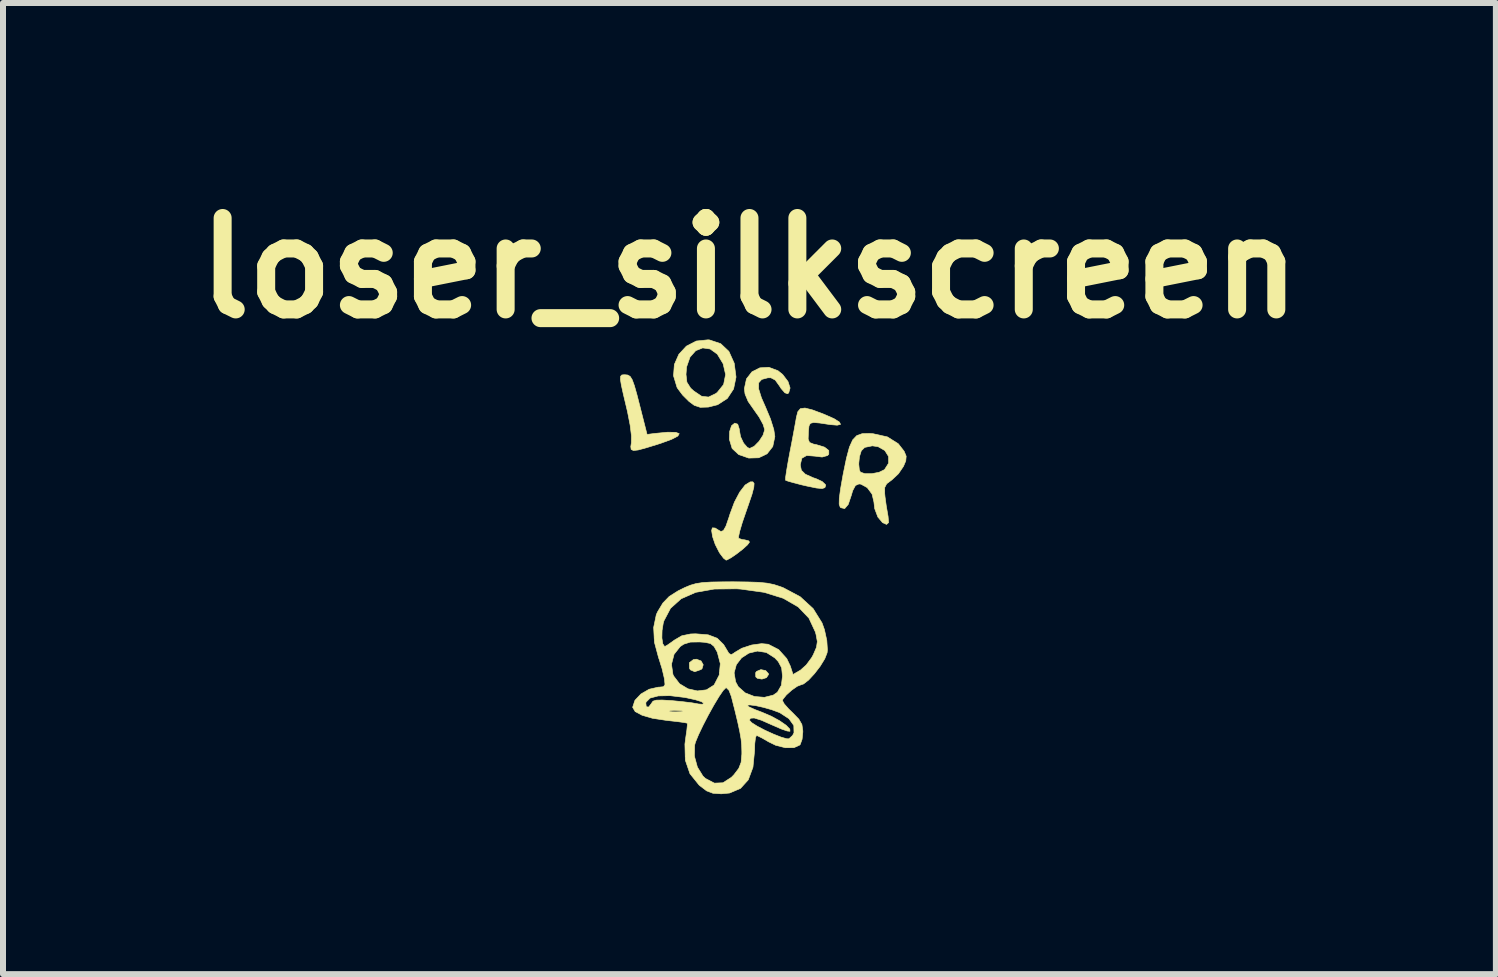
<source format=kicad_pcb>
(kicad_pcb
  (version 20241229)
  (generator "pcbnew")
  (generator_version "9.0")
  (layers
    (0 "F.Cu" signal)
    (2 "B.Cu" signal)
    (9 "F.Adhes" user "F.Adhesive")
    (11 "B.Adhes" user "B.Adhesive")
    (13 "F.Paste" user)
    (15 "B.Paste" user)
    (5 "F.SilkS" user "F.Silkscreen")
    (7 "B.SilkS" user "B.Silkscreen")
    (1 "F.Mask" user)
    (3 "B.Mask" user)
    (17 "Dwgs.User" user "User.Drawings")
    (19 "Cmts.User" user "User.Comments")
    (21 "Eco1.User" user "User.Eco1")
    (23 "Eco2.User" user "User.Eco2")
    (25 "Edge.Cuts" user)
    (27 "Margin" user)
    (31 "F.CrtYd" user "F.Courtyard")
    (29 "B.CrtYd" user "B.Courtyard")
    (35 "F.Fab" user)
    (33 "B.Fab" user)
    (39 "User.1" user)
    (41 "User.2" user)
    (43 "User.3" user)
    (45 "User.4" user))
  (footprint "loser_silkscreen"
    (layer "F.Cu")
    (at 9.569 6.244)
    (property "Reference" "loser_silkscreen" (at -0.127 -4.826 0) (layer "F.SilkS") (effects (font (size 1.524 1.524) (thickness 0.3))))
    (attr through_hole)
    (fp_poly (pts (xy -0.934 1.722) (xy -0.898 1.786) (xy -0.918 1.852) (xy -0.936 1.866) (xy -1.039 1.902) (xy -1.112 1.871) (xy -1.127 1.844) (xy -1.129 1.752) (xy -1.062 1.7) (xy -1.012 1.693) (xy -0.934 1.722)) (stroke (width 0.01) (type solid)) (fill yes) (layer "F.SilkS"))
    (fp_poly (pts (xy 0.143 1.883) (xy 0.189 1.934) (xy 0.191 1.948) (xy 0.156 2.001) (xy 0.081 2.025) (xy 0.005 2.012) (xy -0.022 1.988) (xy -0.024 1.919) (xy -0.009 1.897) (xy 0.063 1.867) (xy 0.143 1.883)) (stroke (width 0.01) (type solid)) (fill yes) (layer "F.SilkS"))
    (fp_poly (pts (xy -2.155 -3.043) (xy -2.116 -3.02) (xy -2.082 -2.966) (xy -2.046 -2.868) (xy -2.002 -2.713) (xy -1.948 -2.502) (xy -1.834 -2.053) (xy -1.711 -2.069) (xy -1.494 -2.09) (xy -1.356 -2.088) (xy -1.298 -2.066) (xy -1.321 -2.026) (xy -1.426 -1.971) (xy -1.615 -1.902) (xy -1.641 -1.894) (xy -1.845 -1.831) (xy -1.981 -1.794) (xy -2.061 -1.785) (xy -2.099 -1.803) (xy -2.105 -1.85) (xy -2.095 -1.916) (xy -2.094 -2.029) (xy -2.116 -2.207) (xy -2.16 -2.432) (xy -2.178 -2.508) (xy -2.23 -2.727) (xy -2.263 -2.877) (xy -2.278 -2.971) (xy -2.275 -3.022) (xy -2.255 -3.044) (xy -2.219 -3.048) (xy -2.204 -3.048) (xy -2.155 -3.043)) (stroke (width 0.01) (type solid)) (fill yes) (layer "F.SilkS"))
    (fp_poly (pts (xy -0.05 -1.236) (xy -0.055 -1.171) (xy -0.085 -1.056) (xy -0.145 -0.88) (xy -0.188 -0.756) (xy -0.247 -0.584) (xy -0.289 -0.442) (xy -0.309 -0.349) (xy -0.308 -0.322) (xy -0.248 -0.3) (xy -0.205 -0.296) (xy -0.14 -0.279) (xy -0.127 -0.258) (xy -0.159 -0.214) (xy -0.237 -0.143) (xy -0.337 -0.065) (xy -0.434 0.002) (xy -0.505 0.04) (xy -0.517 0.042) (xy -0.559 0.01) (xy -0.62 -0.071) (xy -0.634 -0.094) (xy -0.698 -0.22) (xy -0.742 -0.349) (xy -0.758 -0.451) (xy -0.746 -0.496) (xy -0.699 -0.493) (xy -0.655 -0.465) (xy -0.603 -0.435) (xy -0.561 -0.451) (xy -0.519 -0.525) (xy -0.47 -0.667) (xy -0.452 -0.725) (xy -0.378 -0.924) (xy -0.29 -1.091) (xy -0.199 -1.21) (xy -0.115 -1.262) (xy -0.071 -1.263) (xy -0.05 -1.236)) (stroke (width 0.01) (type solid)) (fill yes) (layer "F.SilkS"))
    (fp_poly (pts (xy -0.793 -3.628) (xy -0.607 -3.566) (xy -0.47 -3.437) (xy -0.381 -3.239) (xy -0.381 -3.237) (xy -0.351 -3.009) (xy -0.392 -2.811) (xy -0.496 -2.653) (xy -0.658 -2.548) (xy -0.814 -2.509) (xy -0.948 -2.505) (xy -1.047 -2.538) (xy -1.136 -2.604) (xy -1.241 -2.709) (xy -1.324 -2.82) (xy -1.335 -2.839) (xy -1.393 -3.031) (xy -1.391 -3.054) (xy -1.185 -3.054) (xy -1.17 -2.923) (xy -1.108 -2.825) (xy -1.055 -2.777) (xy -0.924 -2.689) (xy -0.809 -2.676) (xy -0.689 -2.734) (xy -0.665 -2.752) (xy -0.558 -2.885) (xy -0.525 -3.052) (xy -0.566 -3.231) (xy -0.663 -3.391) (xy -0.782 -3.477) (xy -0.907 -3.495) (xy -1.023 -3.449) (xy -1.118 -3.342) (xy -1.175 -3.179) (xy -1.185 -3.054) (xy -1.391 -3.054) (xy -1.379 -3.219) (xy -1.304 -3.389) (xy -1.178 -3.525) (xy -1.013 -3.61) (xy -0.818 -3.63) (xy -0.793 -3.628)) (stroke (width 0.01) (type solid)) (fill yes) (layer "F.SilkS"))
    (fp_poly (pts (xy 0.348 -3.115) (xy 0.427 -3.051) (xy 0.515 -2.935) (xy 0.55 -2.827) (xy 0.527 -2.746) (xy 0.508 -2.731) (xy 0.463 -2.747) (xy 0.4 -2.819) (xy 0.376 -2.857) (xy 0.303 -2.959) (xy 0.231 -2.997) (xy 0.179 -2.997) (xy 0.077 -2.97) (xy 0.026 -2.913) (xy 0.025 -2.814) (xy 0.072 -2.664) (xy 0.14 -2.51) (xy 0.223 -2.311) (xy 0.278 -2.136) (xy 0.296 -2.018) (xy 0.261 -1.851) (xy 0.166 -1.73) (xy 0.028 -1.664) (xy -0.139 -1.659) (xy -0.306 -1.717) (xy -0.416 -1.819) (xy -0.462 -1.972) (xy -0.458 -2.101) (xy -0.426 -2.198) (xy -0.373 -2.241) (xy -0.323 -2.224) (xy -0.297 -2.143) (xy -0.296 -2.129) (xy -0.276 -2.016) (xy -0.225 -1.908) (xy -0.161 -1.835) (xy -0.123 -1.82) (xy -0.049 -1.855) (xy 0.033 -1.938) (xy 0.099 -2.04) (xy 0.127 -2.132) (xy 0.127 -2.132) (xy 0.101 -2.219) (xy 0.035 -2.341) (xy -0.042 -2.45) (xy -0.149 -2.603) (xy -0.201 -2.727) (xy -0.212 -2.816) (xy -0.177 -2.979) (xy -0.085 -3.097) (xy 0.046 -3.163) (xy 0.196 -3.172) (xy 0.348 -3.115)) (stroke (width 0.01) (type solid)) (fill yes) (layer "F.SilkS"))
    (fp_poly (pts (xy 0.922 -2.462) (xy 1.106 -2.393) (xy 1.121 -2.387) (xy 1.282 -2.316) (xy 1.372 -2.259) (xy 1.391 -2.221) (xy 1.335 -2.207) (xy 1.217 -2.217) (xy 1.046 -2.243) (xy 0.942 -2.252) (xy 0.888 -2.238) (xy 0.865 -2.195) (xy 0.857 -2.118) (xy 0.855 -2.087) (xy 0.851 -1.975) (xy 0.874 -1.919) (xy 0.941 -1.892) (xy 0.991 -1.882) (xy 1.124 -1.841) (xy 1.195 -1.785) (xy 1.195 -1.724) (xy 1.174 -1.701) (xy 1.084 -1.676) (xy 0.965 -1.691) (xy 0.826 -1.702) (xy 0.746 -1.656) (xy 0.72 -1.549) (xy 0.72 -1.542) (xy 0.738 -1.455) (xy 0.804 -1.39) (xy 0.933 -1.332) (xy 0.984 -1.315) (xy 1.085 -1.268) (xy 1.14 -1.216) (xy 1.143 -1.203) (xy 1.13 -1.166) (xy 1.084 -1.151) (xy 0.989 -1.16) (xy 0.833 -1.192) (xy 0.742 -1.213) (xy 0.607 -1.248) (xy 0.51 -1.276) (xy 0.474 -1.29) (xy 0.475 -1.335) (xy 0.491 -1.445) (xy 0.518 -1.603) (xy 0.544 -1.743) (xy 0.583 -1.944) (xy 0.618 -2.132) (xy 0.645 -2.28) (xy 0.655 -2.339) (xy 0.679 -2.432) (xy 0.722 -2.483) (xy 0.798 -2.493) (xy 0.922 -2.462)) (stroke (width 0.01) (type solid)) (fill yes) (layer "F.SilkS"))
    (fp_poly (pts (xy 1.933 -2.065) (xy 2.172 -2.012) (xy 2.353 -1.898) (xy 2.451 -1.772) (xy 2.485 -1.69) (xy 2.478 -1.612) (xy 2.44 -1.522) (xy 2.356 -1.398) (xy 2.247 -1.296) (xy 2.24 -1.291) (xy 2.16 -1.231) (xy 2.127 -1.168) (xy 2.127 -1.069) (xy 2.132 -1.016) (xy 2.153 -0.862) (xy 2.178 -0.717) (xy 2.183 -0.688) (xy 2.192 -0.584) (xy 2.158 -0.553) (xy 2.091 -0.583) (xy 2.013 -0.676) (xy 1.96 -0.817) (xy 1.947 -0.929) (xy 1.916 -1.059) (xy 1.836 -1.166) (xy 1.731 -1.224) (xy 1.698 -1.228) (xy 1.639 -1.202) (xy 1.593 -1.115) (xy 1.571 -1.04) (xy 1.519 -0.886) (xy 1.46 -0.817) (xy 1.395 -0.832) (xy 1.385 -0.842) (xy 1.368 -0.89) (xy 1.37 -0.989) (xy 1.392 -1.15) (xy 1.433 -1.382) (xy 1.437 -1.403) (xy 1.47 -1.562) (xy 1.694 -1.562) (xy 1.704 -1.462) (xy 1.722 -1.425) (xy 1.796 -1.399) (xy 1.912 -1.399) (xy 2.033 -1.422) (xy 2.121 -1.465) (xy 2.124 -1.467) (xy 2.192 -1.574) (xy 2.191 -1.686) (xy 2.129 -1.785) (xy 2.017 -1.849) (xy 1.921 -1.863) (xy 1.794 -1.837) (xy 1.737 -1.781) (xy 1.706 -1.682) (xy 1.694 -1.562) (xy 1.47 -1.562) (xy 1.49 -1.659) (xy 1.539 -1.842) (xy 1.594 -1.963) (xy 1.662 -2.034) (xy 1.752 -2.066) (xy 1.872 -2.069) (xy 1.933 -2.065)) (stroke (width 0.01) (type solid)) (fill yes) (layer "F.SilkS"))
    (fp_poly (pts (xy -0.154 0.406) (xy 0.029 0.412) (xy 0.167 0.426) (xy 0.28 0.449) (xy 0.388 0.484) (xy 0.438 0.503) (xy 0.718 0.652) (xy 0.934 0.85) (xy 1.082 1.088) (xy 1.122 1.199) (xy 1.162 1.382) (xy 1.172 1.538) (xy 1.167 1.586) (xy 1.128 1.686) (xy 1.052 1.81) (xy 0.956 1.935) (xy 0.858 2.041) (xy 0.774 2.106) (xy 0.74 2.117) (xy 0.67 2.144) (xy 0.577 2.209) (xy 0.488 2.289) (xy 0.431 2.36) (xy 0.423 2.384) (xy 0.452 2.438) (xy 0.527 2.523) (xy 0.593 2.587) (xy 0.696 2.693) (xy 0.747 2.782) (xy 0.762 2.888) (xy 0.762 2.908) (xy 0.75 3.028) (xy 0.719 3.114) (xy 0.711 3.124) (xy 0.614 3.168) (xy 0.472 3.169) (xy 0.312 3.129) (xy 0.191 3.07) (xy 0.084 3.008) (xy 0.007 2.97) (xy -0.011 2.965) (xy -0.027 3.002) (xy -0.039 3.102) (xy -0.042 3.219) (xy -0.069 3.494) (xy -0.147 3.704) (xy -0.277 3.847) (xy -0.459 3.924) (xy -0.598 3.937) (xy -0.736 3.928) (xy -0.841 3.888) (xy -0.953 3.803) (xy -0.97 3.787) (xy -1.119 3.602) (xy -1.196 3.377) (xy -1.198 3.309) (xy -1.045 3.309) (xy -0.995 3.492) (xy -0.903 3.641) (xy -0.861 3.681) (xy -0.712 3.759) (xy -0.569 3.753) (xy -0.429 3.663) (xy -0.385 3.618) (xy -0.305 3.513) (xy -0.266 3.412) (xy -0.254 3.275) (xy -0.254 3.236) (xy -0.257 3.132) (xy -0.267 3.025) (xy -0.289 2.899) (xy -0.324 2.737) (xy -0.376 2.522) (xy -0.391 2.465) (xy -0.169 2.465) (xy -0.133 2.489) (xy -0.038 2.532) (xy 0.085 2.579) (xy 0.237 2.644) (xy 0.376 2.72) (xy 0.484 2.795) (xy 0.545 2.858) (xy 0.548 2.895) (xy 0.501 2.89) (xy 0.4 2.855) (xy 0.266 2.796) (xy 0.258 2.793) (xy 0.073 2.711) (xy -0.048 2.673) (xy -0.112 2.677) (xy -0.127 2.711) (xy -0.091 2.751) (xy 0.002 2.81) (xy 0.13 2.877) (xy 0.27 2.941) (xy 0.399 2.992) (xy 0.496 3.02) (xy 0.531 3.02) (xy 0.592 2.964) (xy 0.615 2.919) (xy 0.612 2.798) (xy 0.531 2.685) (xy 0.381 2.587) (xy 0.365 2.58) (xy 0.246 2.536) (xy 0.11 2.497) (xy -0.02 2.468) (xy -0.121 2.455) (xy -0.168 2.462) (xy -0.169 2.465) (xy -0.391 2.465) (xy -0.429 2.315) (xy -0.468 2.213) (xy -0.511 2.17) (xy -0.521 2.17) (xy -0.566 2.215) (xy -0.636 2.318) (xy -0.722 2.461) (xy -0.814 2.627) (xy -0.902 2.797) (xy -0.976 2.952) (xy -1.027 3.075) (xy -1.041 3.126) (xy -1.045 3.309) (xy -1.198 3.309) (xy -1.203 3.109) (xy -1.19 3.006) (xy -1.171 2.876) (xy -1.162 2.786) (xy -1.164 2.76) (xy -1.209 2.75) (xy -1.317 2.735) (xy -1.468 2.718) (xy -1.519 2.712) (xy -1.743 2.678) (xy -1.918 2.627) (xy -2.033 2.565) (xy -2.034 2.563) (xy -1.47 2.563) (xy -1.417 2.57) (xy -1.355 2.571) (xy -1.263 2.568) (xy -1.238 2.559) (xy -1.259 2.552) (xy -1.383 2.545) (xy -1.45 2.552) (xy -1.47 2.563) (xy -2.034 2.563) (xy -2.074 2.495) (xy -2.074 2.494) (xy -2.051 2.424) (xy -1.855 2.424) (xy -1.847 2.487) (xy -1.806 2.49) (xy -1.762 2.432) (xy -1.76 2.428) (xy -1.735 2.393) (xy -1.682 2.376) (xy -1.582 2.374) (xy -1.417 2.384) (xy -1.407 2.385) (xy -1.236 2.402) (xy -1.088 2.42) (xy -0.991 2.437) (xy -0.984 2.439) (xy -0.911 2.445) (xy -0.889 2.426) (xy -0.927 2.401) (xy -1.029 2.369) (xy -1.175 2.337) (xy -1.211 2.33) (xy -1.453 2.301) (xy -1.647 2.305) (xy -1.783 2.341) (xy -1.85 2.408) (xy -1.855 2.424) (xy -2.051 2.424) (xy -2.036 2.379) (xy -1.936 2.273) (xy -1.799 2.194) (xy -1.646 2.159) (xy -1.63 2.159) (xy -1.56 2.152) (xy -1.535 2.116) (xy -1.544 2.027) (xy -1.549 2) (xy -1.584 1.851) (xy -1.607 1.778) (xy -1.427 1.778) (xy -1.403 1.947) (xy -1.39 1.975) (xy -1.292 2.103) (xy -1.152 2.187) (xy -0.995 2.222) (xy -0.844 2.204) (xy -0.722 2.127) (xy -0.714 2.118) (xy -0.631 1.957) (xy -0.628 1.921) (xy -0.383 1.921) (xy -0.358 2.07) (xy -0.313 2.153) (xy -0.198 2.255) (xy -0.044 2.315) (xy 0.122 2.329) (xy 0.27 2.292) (xy 0.339 2.244) (xy 0.405 2.128) (xy 0.423 1.976) (xy 0.409 1.837) (xy 0.353 1.733) (xy 0.296 1.672) (xy 0.154 1.581) (xy 0.005 1.558) (xy -0.137 1.592) (xy -0.259 1.671) (xy -0.346 1.784) (xy -0.383 1.921) (xy -0.628 1.921) (xy -0.613 1.768) (xy -0.662 1.581) (xy -0.664 1.575) (xy -0.717 1.481) (xy -0.776 1.432) (xy -0.871 1.412) (xy -0.955 1.406) (xy -1.111 1.408) (xy -1.221 1.442) (xy -1.281 1.482) (xy -1.384 1.612) (xy -1.427 1.778) (xy -1.607 1.778) (xy -1.633 1.693) (xy -1.641 1.672) (xy -1.711 1.411) (xy -1.715 1.339) (xy -1.587 1.339) (xy -1.572 1.437) (xy -1.542 1.481) (xy -1.538 1.482) (xy -1.495 1.458) (xy -1.412 1.4) (xy -1.38 1.376) (xy -1.255 1.303) (xy -1.11 1.273) (xy -1.025 1.27) (xy -0.815 1.287) (xy -0.665 1.344) (xy -0.558 1.45) (xy -0.524 1.506) (xy -0.471 1.595) (xy -0.431 1.619) (xy -0.382 1.589) (xy -0.376 1.583) (xy -0.255 1.511) (xy -0.091 1.457) (xy 0.075 1.434) (xy 0.185 1.444) (xy 0.359 1.533) (xy 0.494 1.683) (xy 0.553 1.806) (xy 0.599 1.948) (xy 0.724 1.875) (xy 0.819 1.79) (xy 0.91 1.667) (xy 0.937 1.618) (xy 0.99 1.495) (xy 1.004 1.399) (xy 0.983 1.283) (xy 0.971 1.239) (xy 0.864 1.009) (xy 0.685 0.822) (xy 0.436 0.678) (xy 0.117 0.579) (xy -0.27 0.525) (xy -0.341 0.52) (xy -0.714 0.524) (xy -1.023 0.579) (xy -1.266 0.686) (xy -1.443 0.845) (xy -1.553 1.054) (xy -1.564 1.091) (xy -1.584 1.215) (xy -1.587 1.339) (xy -1.715 1.339) (xy -1.724 1.164) (xy -1.68 0.951) (xy -1.659 0.905) (xy -1.57 0.757) (xy -1.465 0.648) (xy -1.318 0.555) (xy -1.205 0.499) (xy -1.111 0.46) (xy -1.018 0.433) (xy -0.908 0.416) (xy -0.762 0.407) (xy -0.56 0.404) (xy -0.402 0.403) (xy -0.154 0.406)) (stroke (width 0.01) (type solid)) (fill yes) (layer "F.SilkS")))
  (gr_rect
    (start -3 -3)
    (end 21.883 13.186)
    (stroke (width 0.1) (type default))
    (fill no)
    (layer "Edge.Cuts")))
</source>
